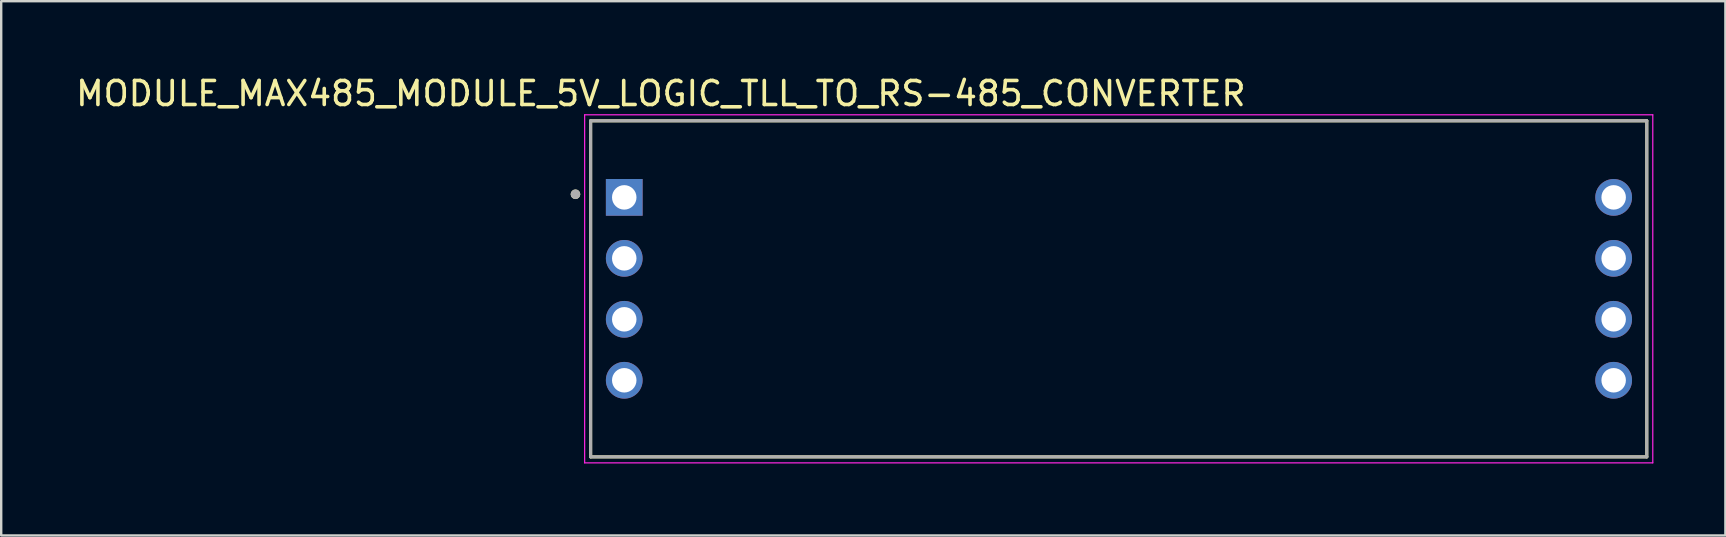
<source format=kicad_pcb>
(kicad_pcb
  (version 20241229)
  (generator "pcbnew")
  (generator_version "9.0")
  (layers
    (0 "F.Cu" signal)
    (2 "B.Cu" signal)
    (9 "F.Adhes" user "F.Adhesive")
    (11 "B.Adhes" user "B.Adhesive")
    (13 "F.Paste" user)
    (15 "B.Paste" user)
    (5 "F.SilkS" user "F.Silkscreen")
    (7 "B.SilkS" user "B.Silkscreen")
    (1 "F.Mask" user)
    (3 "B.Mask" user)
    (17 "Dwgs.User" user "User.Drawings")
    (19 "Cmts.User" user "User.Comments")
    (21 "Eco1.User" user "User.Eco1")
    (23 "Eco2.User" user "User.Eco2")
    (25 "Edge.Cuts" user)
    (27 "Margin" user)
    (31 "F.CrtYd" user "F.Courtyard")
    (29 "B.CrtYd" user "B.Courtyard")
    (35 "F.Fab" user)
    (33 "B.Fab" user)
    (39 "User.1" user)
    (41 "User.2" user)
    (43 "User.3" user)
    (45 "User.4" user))
  (footprint "MODULE_MAX485_MODULE_5V_LOGIC_TLL_TO_RS-485_CONVERTER"
    (layer "F.Cu")
    (at 43.557 8.983)
    (property "Reference" "MODULE_MAX485_MODULE_5V_LOGIC_TLL_TO_RS-485_CONVERTER" (at -19.075 -8.135 0) (layer "F.SilkS") (effects (font (size 1 1) (thickness 0.15))))
    (attr through_hole)
    (fp_line (start -22 -7) (end 22 -7) (stroke (width 0.127) (type solid)) (layer "F.SilkS"))
    (fp_line (start -22 7) (end -22 -7) (stroke (width 0.127) (type solid)) (layer "F.SilkS"))
    (fp_line (start 22 -7) (end 22 7) (stroke (width 0.127) (type solid)) (layer "F.SilkS"))
    (fp_line (start 22 7) (end -22 7) (stroke (width 0.127) (type solid)) (layer "F.SilkS"))
    (fp_circle (center -22.632 -3.94) (end -22.532 -3.94) (stroke (width 0.2) (type solid)) (fill no) (layer "F.SilkS"))
    (fp_line (start -22.25 -7.25) (end -22.25 7.25) (stroke (width 0.05) (type solid)) (layer "F.CrtYd"))
    (fp_line (start -22.25 7.25) (end 22.25 7.25) (stroke (width 0.05) (type solid)) (layer "F.CrtYd"))
    (fp_line (start 22.25 -7.25) (end -22.25 -7.25) (stroke (width 0.05) (type solid)) (layer "F.CrtYd"))
    (fp_line (start 22.25 7.25) (end 22.25 -7.25) (stroke (width 0.05) (type solid)) (layer "F.CrtYd"))
    (fp_line (start -22 -7) (end 22 -7) (stroke (width 0.127) (type solid)) (layer "F.Fab"))
    (fp_line (start -22 7) (end -22 -7) (stroke (width 0.127) (type solid)) (layer "F.Fab"))
    (fp_line (start 22 -7) (end 22 7) (stroke (width 0.127) (type solid)) (layer "F.Fab"))
    (fp_line (start 22 7) (end -22 7) (stroke (width 0.127) (type solid)) (layer "F.Fab"))
    (fp_circle (center -22.632 -3.94) (end -22.532 -3.94) (stroke (width 0.2) (type solid)) (fill no) (layer "F.Fab"))
    (pad "1" thru_hole rect (at -20.6 -3.81) (size 1.53 1.53) (drill 1.02) (layers "*.Cu" "*.Mask"))
    (pad "2" thru_hole circle (at -20.6 -1.27) (size 1.53 1.53) (drill 1.02) (layers "*.Cu" "*.Mask"))
    (pad "3" thru_hole circle (at -20.6 1.27) (size 1.53 1.53) (drill 1.02) (layers "*.Cu" "*.Mask"))
    (pad "4" thru_hole circle (at -20.6 3.81) (size 1.53 1.53) (drill 1.02) (layers "*.Cu" "*.Mask"))
    (pad "5" thru_hole circle (at 20.62 3.81) (size 1.53 1.53) (drill 1.02) (layers "*.Cu" "*.Mask"))
    (pad "6" thru_hole circle (at 20.62 1.27) (size 1.53 1.53) (drill 1.02) (layers "*.Cu" "*.Mask"))
    (pad "7" thru_hole circle (at 20.62 -1.27) (size 1.53 1.53) (drill 1.02) (layers "*.Cu" "*.Mask"))
    (pad "8" thru_hole circle (at 20.62 -3.81) (size 1.53 1.53) (drill 1.02) (layers "*.Cu" "*.Mask")))
  (gr_rect
    (start -3 -3)
    (end 68.832 19.258)
    (stroke (width 0.1) (type default))
    (fill no)
    (layer "Edge.Cuts")))
</source>
